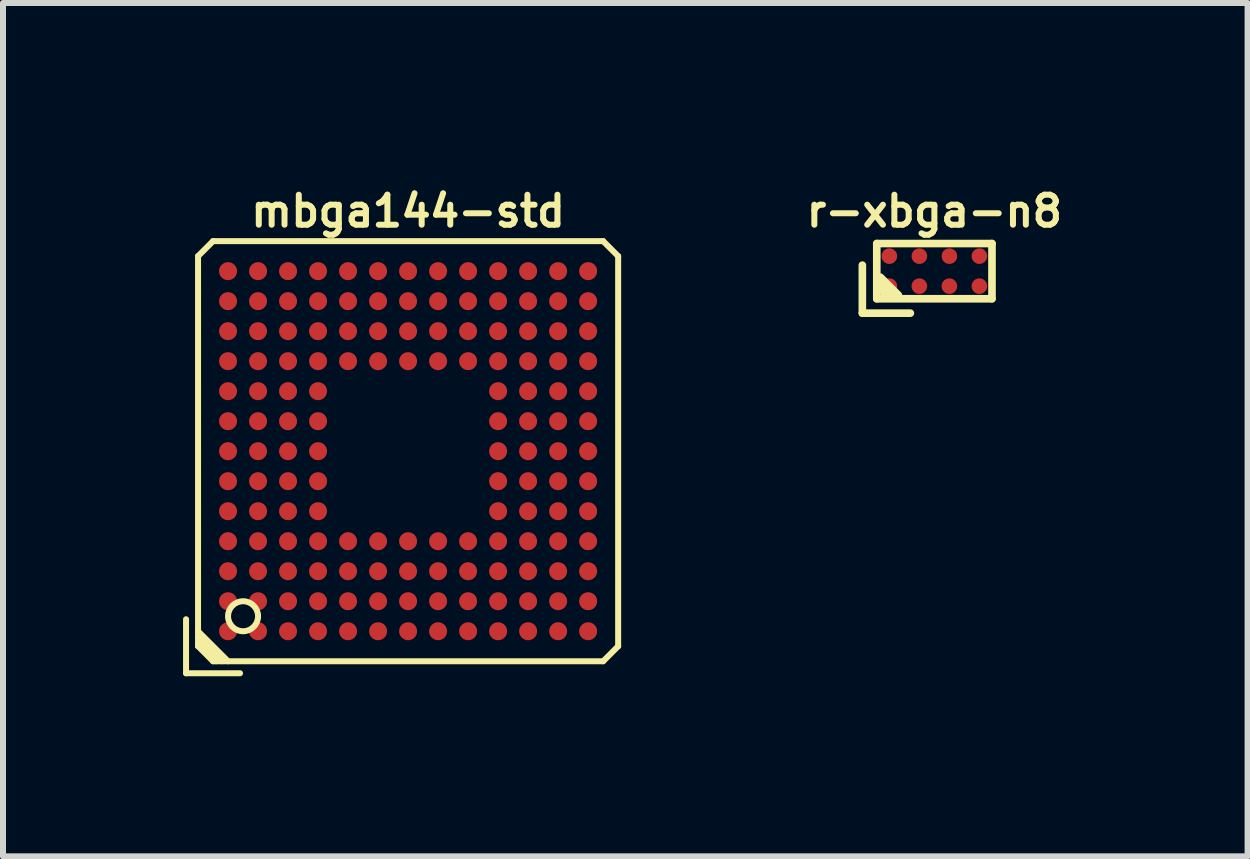
<source format=kicad_pcb>
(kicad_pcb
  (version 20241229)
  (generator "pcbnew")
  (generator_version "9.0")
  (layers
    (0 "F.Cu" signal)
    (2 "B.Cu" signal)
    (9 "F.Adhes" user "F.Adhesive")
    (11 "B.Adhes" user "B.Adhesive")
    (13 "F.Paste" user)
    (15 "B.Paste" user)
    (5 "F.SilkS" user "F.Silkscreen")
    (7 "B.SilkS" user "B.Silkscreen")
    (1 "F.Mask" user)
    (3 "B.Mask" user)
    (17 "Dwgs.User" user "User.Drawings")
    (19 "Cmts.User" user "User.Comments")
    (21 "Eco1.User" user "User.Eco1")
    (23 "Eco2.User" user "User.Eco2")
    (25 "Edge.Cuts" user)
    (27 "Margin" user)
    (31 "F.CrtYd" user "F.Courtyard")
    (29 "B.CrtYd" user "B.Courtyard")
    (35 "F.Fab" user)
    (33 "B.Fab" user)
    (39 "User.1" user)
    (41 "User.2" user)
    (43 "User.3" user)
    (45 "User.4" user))
  (footprint "r-xbga-n8"
    (layer "F.Cu")
    (at 12.519 1.468)
    (property "Reference" "r-xbga-n8" (at 0 -1 0) (layer "F.SilkS") (effects (font (size 0.5 0.5) (thickness 0.1))))
    (attr through_hole)
    (fp_line (start -1.2 -0.1) (end -1.2 0.7) (stroke (width 0.127) (type solid)) (layer "F.SilkS"))
    (fp_line (start -1.2 0.7) (end -0.4 0.7) (stroke (width 0.127) (type solid)) (layer "F.SilkS"))
    (fp_line (start -0.96 -0.46) (end -0.96 0.46) (stroke (width 0.127) (type solid)) (layer "F.SilkS"))
    (fp_line (start -0.96 -0.46) (end 0.96 -0.46) (stroke (width 0.127) (type solid)) (layer "F.SilkS"))
    (fp_line (start -0.96 0.46) (end 0.96 0.46) (stroke (width 0.127) (type solid)) (layer "F.SilkS"))
    (fp_line (start -0.9 0.1) (end -0.6 0.4) (stroke (width 0.127) (type solid)) (layer "F.SilkS"))
    (fp_line (start -0.8 0.4) (end -0.9 0.3) (stroke (width 0.127) (type solid)) (layer "F.SilkS"))
    (fp_line (start -0.7 0.4) (end -0.9 0.2) (stroke (width 0.127) (type solid)) (layer "F.SilkS"))
    (fp_line (start 0.96 -0.46) (end 0.96 0.46) (stroke (width 0.127) (type solid)) (layer "F.SilkS"))
    (pad "A1" smd circle (at -0.75 0.25) (size 0.26 0.26) (layers "F.Cu" "F.Mask" "F.Paste"))
    (pad "A2" smd circle (at -0.75 -0.25) (size 0.26 0.26) (layers "F.Cu" "F.Mask" "F.Paste"))
    (pad "B1" smd circle (at -0.25 0.25) (size 0.26 0.26) (layers "F.Cu" "F.Mask" "F.Paste"))
    (pad "B2" smd circle (at -0.25 -0.25) (size 0.26 0.26) (layers "F.Cu" "F.Mask" "F.Paste"))
    (pad "C1" smd circle (at 0.25 0.25) (size 0.26 0.26) (layers "F.Cu" "F.Mask" "F.Paste"))
    (pad "C2" smd circle (at 0.25 -0.25) (size 0.26 0.26) (layers "F.Cu" "F.Mask" "F.Paste"))
    (pad "D1" smd circle (at 0.75 0.25) (size 0.26 0.26) (layers "F.Cu" "F.Mask" "F.Paste"))
    (pad "D2" smd circle (at 0.75 -0.25) (size 0.26 0.26) (layers "F.Cu" "F.Mask" "F.Paste")))
  (footprint "mbga144-std"
    (layer "F.Cu")
    (at 3.75 4.468)
    (property "Reference" "mbga144-std" (at 0 -4 0) (layer "F.SilkS") (effects (font (size 0.5 0.5) (thickness 0.1))))
    (attr through_hole)
    (fp_line (start -3.7 2.8) (end -3.7 3.7) (stroke (width 0.1) (type solid)) (layer "F.SilkS"))
    (fp_line (start -3.7 3.7) (end -2.8 3.7) (stroke (width 0.1) (type solid)) (layer "F.SilkS"))
    (fp_line (start -3.5 -3.25) (end -3.5 3.25) (stroke (width 0.1) (type solid)) (layer "F.SilkS"))
    (fp_line (start -3.5 -3.25) (end -3.25 -3.5) (stroke (width 0.1) (type solid)) (layer "F.SilkS"))
    (fp_line (start -3.5 3) (end -3 3.5) (stroke (width 0.1) (type solid)) (layer "F.SilkS"))
    (fp_line (start -3.5 3.2) (end -3.2 3.5) (stroke (width 0.1) (type solid)) (layer "F.SilkS"))
    (fp_line (start -3.25 3.5) (end -3.5 3.25) (stroke (width 0.1) (type solid)) (layer "F.SilkS"))
    (fp_line (start -3.25 3.5) (end 3.25 3.5) (stroke (width 0.1) (type solid)) (layer "F.SilkS"))
    (fp_line (start -3.1 3.5) (end -3.5 3.1) (stroke (width 0.1) (type solid)) (layer "F.SilkS"))
    (fp_line (start 3.25 -3.5) (end -3.25 -3.5) (stroke (width 0.1) (type solid)) (layer "F.SilkS"))
    (fp_line (start 3.25 -3.5) (end 3.5 -3.25) (stroke (width 0.1) (type solid)) (layer "F.SilkS"))
    (fp_line (start 3.5 3.25) (end 3.25 3.5) (stroke (width 0.1) (type solid)) (layer "F.SilkS"))
    (fp_line (start 3.5 3.25) (end 3.5 -3.25) (stroke (width 0.1) (type solid)) (layer "F.SilkS"))
    (fp_circle (center -2.75 2.75) (end -3 2.75) (stroke (width 0.1) (type solid)) (fill no) (layer "F.SilkS"))
    (pad "A1" smd circle (at -3 3) (size 0.3 0.3) (layers "F.Cu" "F.Mask" "F.Paste"))
    (pad "A2" smd circle (at -3 2.5) (size 0.3 0.3) (layers "F.Cu" "F.Mask" "F.Paste"))
    (pad "A3" smd circle (at -3 2) (size 0.3 0.3) (layers "F.Cu" "F.Mask" "F.Paste"))
    (pad "A4" smd circle (at -3 1.5) (size 0.3 0.3) (layers "F.Cu" "F.Mask" "F.Paste"))
    (pad "A5" smd circle (at -3 1) (size 0.3 0.3) (layers "F.Cu" "F.Mask" "F.Paste"))
    (pad "A6" smd circle (at -3 0.5) (size 0.3 0.3) (layers "F.Cu" "F.Mask" "F.Paste"))
    (pad "A7" smd circle (at -3 0) (size 0.3 0.3) (layers "F.Cu" "F.Mask" "F.Paste"))
    (pad "A8" smd circle (at -3 -0.5) (size 0.3 0.3) (layers "F.Cu" "F.Mask" "F.Paste"))
    (pad "A9" smd circle (at -3 -1) (size 0.3 0.3) (layers "F.Cu" "F.Mask" "F.Paste"))
    (pad "A10" smd circle (at -3 -1.5) (size 0.3 0.3) (layers "F.Cu" "F.Mask" "F.Paste"))
    (pad "A11" smd circle (at -3 -2) (size 0.3 0.3) (layers "F.Cu" "F.Mask" "F.Paste"))
    (pad "A12" smd circle (at -3 -2.5) (size 0.3 0.3) (layers "F.Cu" "F.Mask" "F.Paste"))
    (pad "A13" smd circle (at -3 -3) (size 0.3 0.3) (layers "F.Cu" "F.Mask" "F.Paste"))
    (pad "B1" smd circle (at -2.5 3) (size 0.3 0.3) (layers "F.Cu" "F.Mask" "F.Paste"))
    (pad "B2" smd circle (at -2.5 2.5) (size 0.3 0.3) (layers "F.Cu" "F.Mask" "F.Paste"))
    (pad "B3" smd circle (at -2.5 2) (size 0.3 0.3) (layers "F.Cu" "F.Mask" "F.Paste"))
    (pad "B4" smd circle (at -2.5 1.5) (size 0.3 0.3) (layers "F.Cu" "F.Mask" "F.Paste"))
    (pad "B5" smd circle (at -2.5 1) (size 0.3 0.3) (layers "F.Cu" "F.Mask" "F.Paste"))
    (pad "B6" smd circle (at -2.5 0.5) (size 0.3 0.3) (layers "F.Cu" "F.Mask" "F.Paste"))
    (pad "B7" smd circle (at -2.5 0) (size 0.3 0.3) (layers "F.Cu" "F.Mask" "F.Paste"))
    (pad "B8" smd circle (at -2.5 -0.5) (size 0.3 0.3) (layers "F.Cu" "F.Mask" "F.Paste"))
    (pad "B9" smd circle (at -2.5 -1) (size 0.3 0.3) (layers "F.Cu" "F.Mask" "F.Paste"))
    (pad "B10" smd circle (at -2.5 -1.5) (size 0.3 0.3) (layers "F.Cu" "F.Mask" "F.Paste"))
    (pad "B11" smd circle (at -2.5 -2) (size 0.3 0.3) (layers "F.Cu" "F.Mask" "F.Paste"))
    (pad "B12" smd circle (at -2.5 -2.5) (size 0.3 0.3) (layers "F.Cu" "F.Mask" "F.Paste"))
    (pad "B13" smd circle (at -2.5 -3) (size 0.3 0.3) (layers "F.Cu" "F.Mask" "F.Paste"))
    (pad "C1" smd circle (at -2 3) (size 0.3 0.3) (layers "F.Cu" "F.Mask" "F.Paste"))
    (pad "C2" smd circle (at -2 2.5) (size 0.3 0.3) (layers "F.Cu" "F.Mask" "F.Paste"))
    (pad "C3" smd circle (at -2 2) (size 0.3 0.3) (layers "F.Cu" "F.Mask" "F.Paste"))
    (pad "C4" smd circle (at -2 1.5) (size 0.3 0.3) (layers "F.Cu" "F.Mask" "F.Paste"))
    (pad "C5" smd circle (at -2 1) (size 0.3 0.3) (layers "F.Cu" "F.Mask" "F.Paste"))
    (pad "C6" smd circle (at -2 0.5) (size 0.3 0.3) (layers "F.Cu" "F.Mask" "F.Paste"))
    (pad "C7" smd circle (at -2 0) (size 0.3 0.3) (layers "F.Cu" "F.Mask" "F.Paste"))
    (pad "C8" smd circle (at -2 -0.5) (size 0.3 0.3) (layers "F.Cu" "F.Mask" "F.Paste"))
    (pad "C9" smd circle (at -2 -1) (size 0.3 0.3) (layers "F.Cu" "F.Mask" "F.Paste"))
    (pad "C10" smd circle (at -2 -1.5) (size 0.3 0.3) (layers "F.Cu" "F.Mask" "F.Paste"))
    (pad "C11" smd circle (at -2 -2) (size 0.3 0.3) (layers "F.Cu" "F.Mask" "F.Paste"))
    (pad "C12" smd circle (at -2 -2.5) (size 0.3 0.3) (layers "F.Cu" "F.Mask" "F.Paste"))
    (pad "C13" smd circle (at -2 -3) (size 0.3 0.3) (layers "F.Cu" "F.Mask" "F.Paste"))
    (pad "D1" smd circle (at -1.5 3) (size 0.3 0.3) (layers "F.Cu" "F.Mask" "F.Paste"))
    (pad "D2" smd circle (at -1.5 2.5) (size 0.3 0.3) (layers "F.Cu" "F.Mask" "F.Paste"))
    (pad "D3" smd circle (at -1.5 2) (size 0.3 0.3) (layers "F.Cu" "F.Mask" "F.Paste"))
    (pad "D4" smd circle (at -1.5 1.5) (size 0.3 0.3) (layers "F.Cu" "F.Mask" "F.Paste"))
    (pad "D5" smd circle (at -1.5 1) (size 0.3 0.3) (layers "F.Cu" "F.Mask" "F.Paste"))
    (pad "D6" smd circle (at -1.5 0.5) (size 0.3 0.3) (layers "F.Cu" "F.Mask" "F.Paste"))
    (pad "D7" smd circle (at -1.5 0) (size 0.3 0.3) (layers "F.Cu" "F.Mask" "F.Paste"))
    (pad "D8" smd circle (at -1.5 -0.5) (size 0.3 0.3) (layers "F.Cu" "F.Mask" "F.Paste"))
    (pad "D9" smd circle (at -1.5 -1) (size 0.3 0.3) (layers "F.Cu" "F.Mask" "F.Paste"))
    (pad "D10" smd circle (at -1.5 -1.5) (size 0.3 0.3) (layers "F.Cu" "F.Mask" "F.Paste"))
    (pad "D11" smd circle (at -1.5 -2) (size 0.3 0.3) (layers "F.Cu" "F.Mask" "F.Paste"))
    (pad "D12" smd circle (at -1.5 -2.5) (size 0.3 0.3) (layers "F.Cu" "F.Mask" "F.Paste"))
    (pad "D13" smd circle (at -1.5 -3) (size 0.3 0.3) (layers "F.Cu" "F.Mask" "F.Paste"))
    (pad "E1" smd circle (at -1 3) (size 0.3 0.3) (layers "F.Cu" "F.Mask" "F.Paste"))
    (pad "E2" smd circle (at -1 2.5) (size 0.3 0.3) (layers "F.Cu" "F.Mask" "F.Paste"))
    (pad "E3" smd circle (at -1 2) (size 0.3 0.3) (layers "F.Cu" "F.Mask" "F.Paste"))
    (pad "E4" smd circle (at -1 1.5) (size 0.3 0.3) (layers "F.Cu" "F.Mask" "F.Paste"))
    (pad "E10" smd circle (at -1 -1.5) (size 0.3 0.3) (layers "F.Cu" "F.Mask" "F.Paste"))
    (pad "E11" smd circle (at -1 -2) (size 0.3 0.3) (layers "F.Cu" "F.Mask" "F.Paste"))
    (pad "E12" smd circle (at -1 -2.5) (size 0.3 0.3) (layers "F.Cu" "F.Mask" "F.Paste"))
    (pad "E13" smd circle (at -1 -3) (size 0.3 0.3) (layers "F.Cu" "F.Mask" "F.Paste"))
    (pad "F1" smd circle (at -0.5 3) (size 0.3 0.3) (layers "F.Cu" "F.Mask" "F.Paste"))
    (pad "F2" smd circle (at -0.5 2.5) (size 0.3 0.3) (layers "F.Cu" "F.Mask" "F.Paste"))
    (pad "F3" smd circle (at -0.5 2) (size 0.3 0.3) (layers "F.Cu" "F.Mask" "F.Paste"))
    (pad "F4" smd circle (at -0.5 1.5) (size 0.3 0.3) (layers "F.Cu" "F.Mask" "F.Paste"))
    (pad "F10" smd circle (at -0.5 -1.5) (size 0.3 0.3) (layers "F.Cu" "F.Mask" "F.Paste"))
    (pad "F11" smd circle (at -0.5 -2) (size 0.3 0.3) (layers "F.Cu" "F.Mask" "F.Paste"))
    (pad "F12" smd circle (at -0.5 -2.5) (size 0.3 0.3) (layers "F.Cu" "F.Mask" "F.Paste"))
    (pad "F13" smd circle (at -0.5 -3) (size 0.3 0.3) (layers "F.Cu" "F.Mask" "F.Paste"))
    (pad "G1" smd circle (at 0 3) (size 0.3 0.3) (layers "F.Cu" "F.Mask" "F.Paste"))
    (pad "G2" smd circle (at 0 2.5) (size 0.3 0.3) (layers "F.Cu" "F.Mask" "F.Paste"))
    (pad "G3" smd circle (at 0 2) (size 0.3 0.3) (layers "F.Cu" "F.Mask" "F.Paste"))
    (pad "G4" smd circle (at 0 1.5) (size 0.3 0.3) (layers "F.Cu" "F.Mask" "F.Paste"))
    (pad "G10" smd circle (at 0 -1.5) (size 0.3 0.3) (layers "F.Cu" "F.Mask" "F.Paste"))
    (pad "G11" smd circle (at 0 -2) (size 0.3 0.3) (layers "F.Cu" "F.Mask" "F.Paste"))
    (pad "G12" smd circle (at 0 -2.5) (size 0.3 0.3) (layers "F.Cu" "F.Mask" "F.Paste"))
    (pad "G13" smd circle (at 0 -3) (size 0.3 0.3) (layers "F.Cu" "F.Mask" "F.Paste"))
    (pad "H1" smd circle (at 0.5 3) (size 0.3 0.3) (layers "F.Cu" "F.Mask" "F.Paste"))
    (pad "H2" smd circle (at 0.5 2.5) (size 0.3 0.3) (layers "F.Cu" "F.Mask" "F.Paste"))
    (pad "H3" smd circle (at 0.5 2) (size 0.3 0.3) (layers "F.Cu" "F.Mask" "F.Paste"))
    (pad "H4" smd circle (at 0.5 1.5) (size 0.3 0.3) (layers "F.Cu" "F.Mask" "F.Paste"))
    (pad "H10" smd circle (at 0.5 -1.5) (size 0.3 0.3) (layers "F.Cu" "F.Mask" "F.Paste"))
    (pad "H11" smd circle (at 0.5 -2) (size 0.3 0.3) (layers "F.Cu" "F.Mask" "F.Paste"))
    (pad "H12" smd circle (at 0.5 -2.5) (size 0.3 0.3) (layers "F.Cu" "F.Mask" "F.Paste"))
    (pad "H13" smd circle (at 0.5 -3) (size 0.3 0.3) (layers "F.Cu" "F.Mask" "F.Paste"))
    (pad "J1" smd circle (at 1 3) (size 0.3 0.3) (layers "F.Cu" "F.Mask" "F.Paste"))
    (pad "J2" smd circle (at 1 2.5) (size 0.3 0.3) (layers "F.Cu" "F.Mask" "F.Paste"))
    (pad "J3" smd circle (at 1 2) (size 0.3 0.3) (layers "F.Cu" "F.Mask" "F.Paste"))
    (pad "J4" smd circle (at 1 1.5) (size 0.3 0.3) (layers "F.Cu" "F.Mask" "F.Paste"))
    (pad "J10" smd circle (at 1 -1.5) (size 0.3 0.3) (layers "F.Cu" "F.Mask" "F.Paste"))
    (pad "J11" smd circle (at 1 -2) (size 0.3 0.3) (layers "F.Cu" "F.Mask" "F.Paste"))
    (pad "J12" smd circle (at 1 -2.5) (size 0.3 0.3) (layers "F.Cu" "F.Mask" "F.Paste"))
    (pad "J13" smd circle (at 1 -3) (size 0.3 0.3) (layers "F.Cu" "F.Mask" "F.Paste"))
    (pad "K1" smd circle (at 1.5 3) (size 0.3 0.3) (layers "F.Cu" "F.Mask" "F.Paste"))
    (pad "K2" smd circle (at 1.5 2.5) (size 0.3 0.3) (layers "F.Cu" "F.Mask" "F.Paste"))
    (pad "K3" smd circle (at 1.5 2) (size 0.3 0.3) (layers "F.Cu" "F.Mask" "F.Paste"))
    (pad "K4" smd circle (at 1.5 1.5) (size 0.3 0.3) (layers "F.Cu" "F.Mask" "F.Paste"))
    (pad "K5" smd circle (at 1.5 1) (size 0.3 0.3) (layers "F.Cu" "F.Mask" "F.Paste"))
    (pad "K6" smd circle (at 1.5 0.5) (size 0.3 0.3) (layers "F.Cu" "F.Mask" "F.Paste"))
    (pad "K7" smd circle (at 1.5 0) (size 0.3 0.3) (layers "F.Cu" "F.Mask" "F.Paste"))
    (pad "K8" smd circle (at 1.5 -0.5) (size 0.3 0.3) (layers "F.Cu" "F.Mask" "F.Paste"))
    (pad "K9" smd circle (at 1.5 -1) (size 0.3 0.3) (layers "F.Cu" "F.Mask" "F.Paste"))
    (pad "K10" smd circle (at 1.5 -1.5) (size 0.3 0.3) (layers "F.Cu" "F.Mask" "F.Paste"))
    (pad "K11" smd circle (at 1.5 -2) (size 0.3 0.3) (layers "F.Cu" "F.Mask" "F.Paste"))
    (pad "K12" smd circle (at 1.5 -2.5) (size 0.3 0.3) (layers "F.Cu" "F.Mask" "F.Paste"))
    (pad "K13" smd circle (at 1.5 -3) (size 0.3 0.3) (layers "F.Cu" "F.Mask" "F.Paste"))
    (pad "L1" smd circle (at 2 3) (size 0.3 0.3) (layers "F.Cu" "F.Mask" "F.Paste"))
    (pad "L2" smd circle (at 2 2.5) (size 0.3 0.3) (layers "F.Cu" "F.Mask" "F.Paste"))
    (pad "L3" smd circle (at 2 2) (size 0.3 0.3) (layers "F.Cu" "F.Mask" "F.Paste"))
    (pad "L4" smd circle (at 2 1.5) (size 0.3 0.3) (layers "F.Cu" "F.Mask" "F.Paste"))
    (pad "L5" smd circle (at 2 1) (size 0.3 0.3) (layers "F.Cu" "F.Mask" "F.Paste"))
    (pad "L6" smd circle (at 2 0.5) (size 0.3 0.3) (layers "F.Cu" "F.Mask" "F.Paste"))
    (pad "L7" smd circle (at 2 0) (size 0.3 0.3) (layers "F.Cu" "F.Mask" "F.Paste"))
    (pad "L8" smd circle (at 2 -0.5) (size 0.3 0.3) (layers "F.Cu" "F.Mask" "F.Paste"))
    (pad "L9" smd circle (at 2 -1) (size 0.3 0.3) (layers "F.Cu" "F.Mask" "F.Paste"))
    (pad "L10" smd circle (at 2 -1.5) (size 0.3 0.3) (layers "F.Cu" "F.Mask" "F.Paste"))
    (pad "L11" smd circle (at 2 -2) (size 0.3 0.3) (layers "F.Cu" "F.Mask" "F.Paste"))
    (pad "L12" smd circle (at 2 -2.5) (size 0.3 0.3) (layers "F.Cu" "F.Mask" "F.Paste"))
    (pad "L13" smd circle (at 2 -3) (size 0.3 0.3) (layers "F.Cu" "F.Mask" "F.Paste"))
    (pad "M1" smd circle (at 2.5 3) (size 0.3 0.3) (layers "F.Cu" "F.Mask" "F.Paste"))
    (pad "M2" smd circle (at 2.5 2.5) (size 0.3 0.3) (layers "F.Cu" "F.Mask" "F.Paste"))
    (pad "M3" smd circle (at 2.5 2) (size 0.3 0.3) (layers "F.Cu" "F.Mask" "F.Paste"))
    (pad "M4" smd circle (at 2.5 1.5) (size 0.3 0.3) (layers "F.Cu" "F.Mask" "F.Paste"))
    (pad "M5" smd circle (at 2.5 1) (size 0.3 0.3) (layers "F.Cu" "F.Mask" "F.Paste"))
    (pad "M6" smd circle (at 2.5 0.5) (size 0.3 0.3) (layers "F.Cu" "F.Mask" "F.Paste"))
    (pad "M7" smd circle (at 2.5 0) (size 0.3 0.3) (layers "F.Cu" "F.Mask" "F.Paste"))
    (pad "M8" smd circle (at 2.5 -0.5) (size 0.3 0.3) (layers "F.Cu" "F.Mask" "F.Paste"))
    (pad "M9" smd circle (at 2.5 -1) (size 0.3 0.3) (layers "F.Cu" "F.Mask" "F.Paste"))
    (pad "M10" smd circle (at 2.5 -1.5) (size 0.3 0.3) (layers "F.Cu" "F.Mask" "F.Paste"))
    (pad "M11" smd circle (at 2.5 -2) (size 0.3 0.3) (layers "F.Cu" "F.Mask" "F.Paste"))
    (pad "M12" smd circle (at 2.5 -2.5) (size 0.3 0.3) (layers "F.Cu" "F.Mask" "F.Paste"))
    (pad "M13" smd circle (at 2.5 -3) (size 0.3 0.3) (layers "F.Cu" "F.Mask" "F.Paste"))
    (pad "N1" smd circle (at 3 3) (size 0.3 0.3) (layers "F.Cu" "F.Mask" "F.Paste"))
    (pad "N2" smd circle (at 3 2.5) (size 0.3 0.3) (layers "F.Cu" "F.Mask" "F.Paste"))
    (pad "N3" smd circle (at 3 2) (size 0.3 0.3) (layers "F.Cu" "F.Mask" "F.Paste"))
    (pad "N4" smd circle (at 3 1.5) (size 0.3 0.3) (layers "F.Cu" "F.Mask" "F.Paste"))
    (pad "N5" smd circle (at 3 1) (size 0.3 0.3) (layers "F.Cu" "F.Mask" "F.Paste"))
    (pad "N6" smd circle (at 3 0.5) (size 0.3 0.3) (layers "F.Cu" "F.Mask" "F.Paste"))
    (pad "N7" smd circle (at 3 0) (size 0.3 0.3) (layers "F.Cu" "F.Mask" "F.Paste"))
    (pad "N8" smd circle (at 3 -0.5) (size 0.3 0.3) (layers "F.Cu" "F.Mask" "F.Paste"))
    (pad "N9" smd circle (at 3 -1) (size 0.3 0.3) (layers "F.Cu" "F.Mask" "F.Paste"))
    (pad "N10" smd circle (at 3 -1.5) (size 0.3 0.3) (layers "F.Cu" "F.Mask" "F.Paste"))
    (pad "N11" smd circle (at 3 -2) (size 0.3 0.3) (layers "F.Cu" "F.Mask" "F.Paste"))
    (pad "N12" smd circle (at 3 -2.5) (size 0.3 0.3) (layers "F.Cu" "F.Mask" "F.Paste"))
    (pad "N13" smd circle (at 3 -3) (size 0.3 0.3) (layers "F.Cu" "F.Mask" "F.Paste")))
  (gr_rect
    (start -3 -3)
    (end 17.738 11.218)
    (stroke (width 0.1) (type default))
    (fill no)
    (layer "Edge.Cuts")))
</source>
